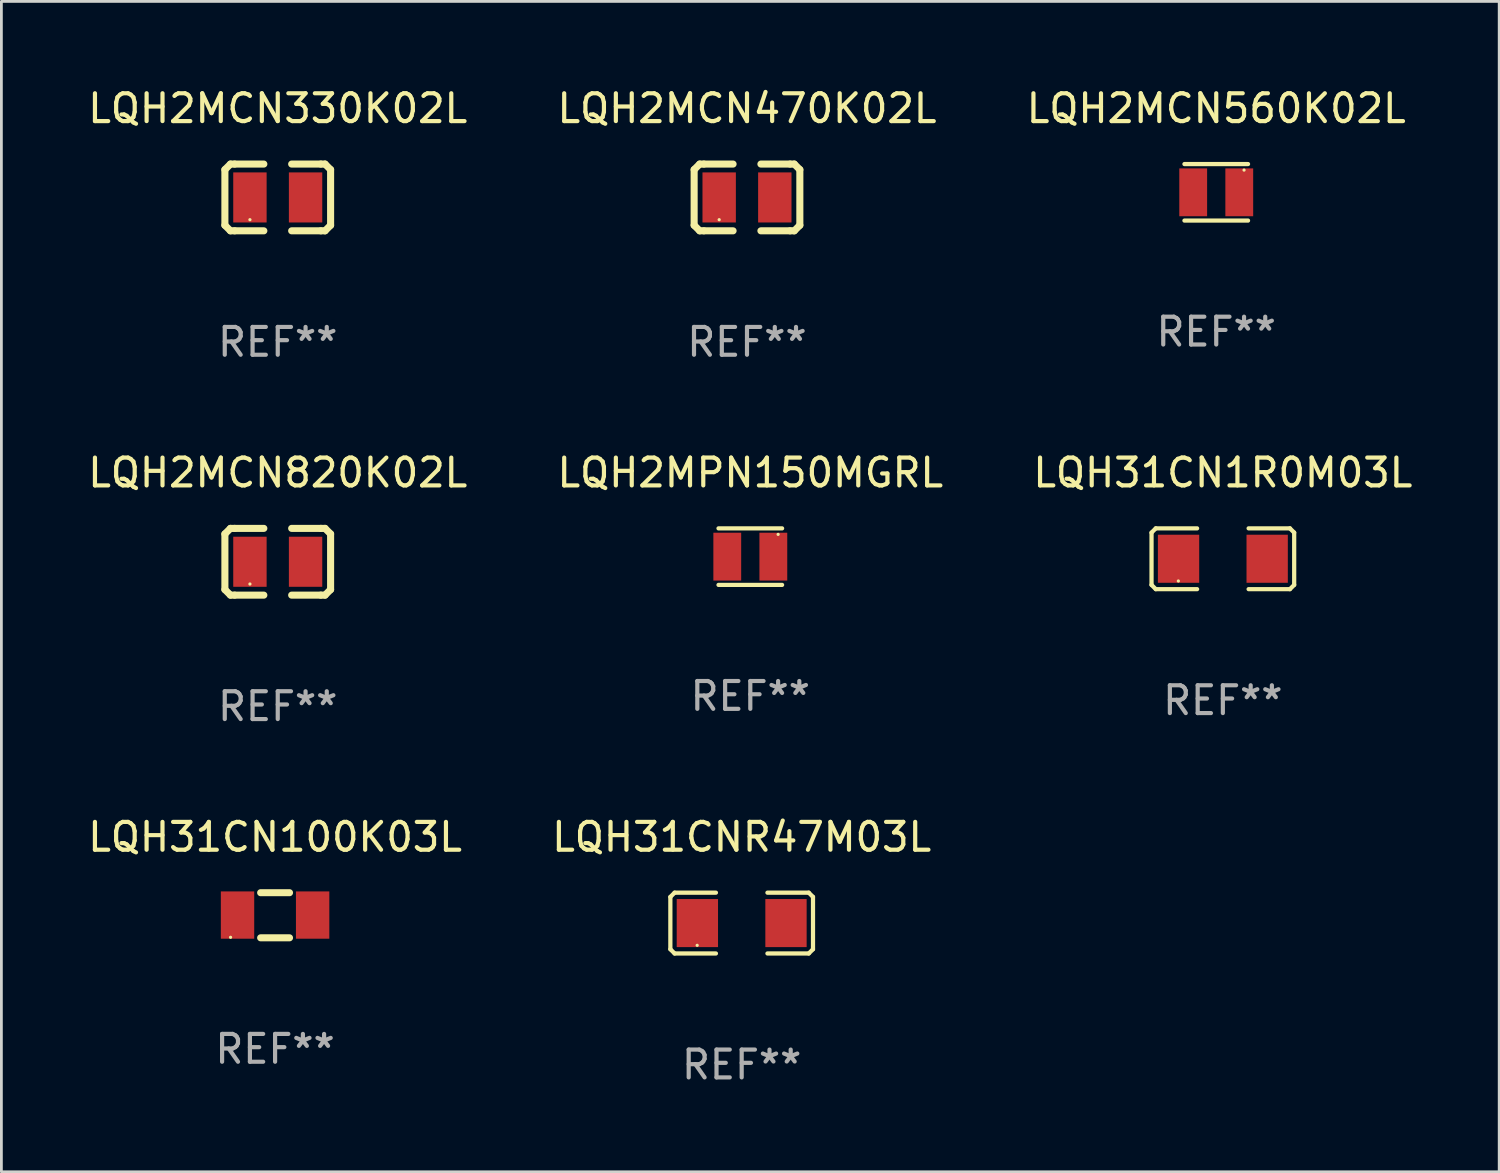
<source format=kicad_pcb>
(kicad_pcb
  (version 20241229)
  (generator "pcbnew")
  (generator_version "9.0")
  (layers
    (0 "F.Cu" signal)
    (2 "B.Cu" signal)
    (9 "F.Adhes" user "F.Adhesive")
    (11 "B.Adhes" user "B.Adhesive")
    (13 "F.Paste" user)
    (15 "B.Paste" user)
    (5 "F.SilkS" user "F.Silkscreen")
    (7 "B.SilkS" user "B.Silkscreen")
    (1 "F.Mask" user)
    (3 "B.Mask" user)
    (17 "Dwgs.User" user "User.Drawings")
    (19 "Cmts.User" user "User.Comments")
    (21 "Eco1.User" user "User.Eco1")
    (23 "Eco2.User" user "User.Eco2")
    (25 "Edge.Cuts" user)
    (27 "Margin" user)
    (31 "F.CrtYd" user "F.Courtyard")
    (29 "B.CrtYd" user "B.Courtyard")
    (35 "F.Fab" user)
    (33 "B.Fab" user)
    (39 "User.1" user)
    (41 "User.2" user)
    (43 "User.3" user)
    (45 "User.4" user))
  (footprint "LQH31CN100K03L"
    (layer "F.Cu")
    (at 6.839 29.853)
    (property "Reference" "LQH31CN100K03L" (at 0 -2.811 0) (layer "F.SilkS") (effects (font (size 1 1) (thickness 0.15))))
    (attr through_hole)
    (fp_line (start -0.519 -0.811) (end 0.519 -0.811) (stroke (width 0.254) (type solid)) (layer "F.SilkS"))
    (fp_line (start -0.519 0.811) (end 0.519 0.811) (stroke (width 0.254) (type solid)) (layer "F.SilkS"))
    (fp_circle (center -1.6 0.793) (end -1.57 0.793) (stroke (width 0.06) (type solid)) (fill no) (layer "F.SilkS"))
    (fp_text user "REF**" (at 0 4.811 0) (layer "F.Fab") (effects (font (size 1 1) (thickness 0.15))))
    (pad "1" smd rect (at -1.35 -0.007) (size 1.2 1.7) (layers "F.Cu" "F.Mask" "F.Paste"))
    (pad "2" smd rect (at 1.35 -0.007) (size 1.2 1.7) (layers "F.Cu" "F.Mask" "F.Paste")))
  (footprint "LQH31CNR47M03L"
    (layer "F.Cu")
    (at 23.613 30.134)
    (property "Reference" "LQH31CNR47M03L" (at 0 -3.093 0) (layer "F.SilkS") (effects (font (size 1 1) (thickness 0.15))))
    (attr through_hole)
    (fp_line (start -2.564 -0.94) (end -2.411 -1.093) (stroke (width 0.152) (type solid)) (layer "F.SilkS"))
    (fp_line (start -2.564 0.94) (end -2.564 -0.94) (stroke (width 0.152) (type solid)) (layer "F.SilkS"))
    (fp_line (start -2.411 -1.093) (end -0.926 -1.093) (stroke (width 0.152) (type solid)) (layer "F.SilkS"))
    (fp_line (start -2.411 1.093) (end -2.564 0.94) (stroke (width 0.152) (type solid)) (layer "F.SilkS"))
    (fp_line (start -0.926 1.093) (end -2.411 1.093) (stroke (width 0.152) (type solid)) (layer "F.SilkS"))
    (fp_line (start 0.926 1.093) (end 2.411 1.093) (stroke (width 0.152) (type solid)) (layer "F.SilkS"))
    (fp_line (start 2.411 -1.093) (end 0.926 -1.093) (stroke (width 0.152) (type solid)) (layer "F.SilkS"))
    (fp_line (start 2.411 1.093) (end 2.564 0.94) (stroke (width 0.152) (type solid)) (layer "F.SilkS"))
    (fp_line (start 2.564 -0.94) (end 2.411 -1.093) (stroke (width 0.152) (type solid)) (layer "F.SilkS"))
    (fp_line (start 2.564 0.94) (end 2.564 -0.94) (stroke (width 0.152) (type solid)) (layer "F.SilkS"))
    (fp_circle (center -1.6 0.8) (end -1.57 0.8) (stroke (width 0.06) (type solid)) (fill no) (layer "F.SilkS"))
    (fp_text user "REF**" (at 0 5.093 0) (layer "F.Fab") (effects (font (size 1 1) (thickness 0.15))))
    (pad "1" smd rect (at -1.593 0) (size 1.485 1.728) (layers "F.Cu" "F.Mask" "F.Paste"))
    (pad "2" smd rect (at 1.593 0) (size 1.485 1.728) (layers "F.Cu" "F.Mask" "F.Paste")))
  (footprint "LQH2MCN820K02L"
    (layer "F.Cu")
    (at 6.935 17.145)
    (property "Reference" "LQH2MCN820K02L" (at 0 -3.2 0) (layer "F.SilkS") (effects (font (size 1 1) (thickness 0.15))))
    (attr through_hole)
    (fp_line (start -1.9 -1) (end -1.9 1) (stroke (width 0.254) (type solid)) (layer "F.SilkS"))
    (fp_line (start -1.7 -1.2) (end -1.9 -1) (stroke (width 0.254) (type solid)) (layer "F.SilkS"))
    (fp_line (start -1.7 1.2) (end -1.9 1) (stroke (width 0.254) (type solid)) (layer "F.SilkS"))
    (fp_line (start -1.55 -1.2) (end -1.7 -1.2) (stroke (width 0.254) (type solid)) (layer "F.SilkS"))
    (fp_line (start -1.55 1.2) (end -1.7 1.2) (stroke (width 0.254) (type solid)) (layer "F.SilkS"))
    (fp_line (start -0.5 -1.2) (end -1.55 -1.2) (stroke (width 0.254) (type solid)) (layer "F.SilkS"))
    (fp_line (start -0.5 1.2) (end -1.55 1.2) (stroke (width 0.254) (type solid)) (layer "F.SilkS"))
    (fp_line (start 0.5 -1.2) (end 1.55 -1.2) (stroke (width 0.254) (type solid)) (layer "F.SilkS"))
    (fp_line (start 0.5 1.2) (end 1.55 1.2) (stroke (width 0.254) (type solid)) (layer "F.SilkS"))
    (fp_line (start 1.55 -1.2) (end 1.7 -1.2) (stroke (width 0.254) (type solid)) (layer "F.SilkS"))
    (fp_line (start 1.55 1.2) (end 1.7 1.2) (stroke (width 0.254) (type solid)) (layer "F.SilkS"))
    (fp_line (start 1.7 -1.2) (end 1.9 -1) (stroke (width 0.254) (type solid)) (layer "F.SilkS"))
    (fp_line (start 1.7 1.2) (end 1.9 1) (stroke (width 0.254) (type solid)) (layer "F.SilkS"))
    (fp_line (start 1.9 -1) (end 1.9 1) (stroke (width 0.254) (type solid)) (layer "F.SilkS"))
    (fp_circle (center -1 0.8) (end -0.97 0.8) (stroke (width 0.06) (type solid)) (fill no) (layer "F.SilkS"))
    (fp_text user "REF**" (at 0 5.2 0) (layer "F.Fab") (effects (font (size 1 1) (thickness 0.15))))
    (pad "1" smd rect (at -1 0) (size 1.2 1.8) (layers "F.Cu" "F.Mask" "F.Paste"))
    (pad "2" smd rect (at 1 0) (size 1.2 1.8) (layers "F.Cu" "F.Mask" "F.Paste")))
  (footprint "LQH2MCN470K02L"
    (layer "F.Cu")
    (at 23.804 4.048)
    (property "Reference" "LQH2MCN470K02L" (at 0 -3.2 0) (layer "F.SilkS") (effects (font (size 1 1) (thickness 0.15))))
    (attr through_hole)
    (fp_line (start -1.9 -1) (end -1.9 1) (stroke (width 0.254) (type solid)) (layer "F.SilkS"))
    (fp_line (start -1.7 -1.2) (end -1.9 -1) (stroke (width 0.254) (type solid)) (layer "F.SilkS"))
    (fp_line (start -1.7 1.2) (end -1.9 1) (stroke (width 0.254) (type solid)) (layer "F.SilkS"))
    (fp_line (start -1.55 -1.2) (end -1.7 -1.2) (stroke (width 0.254) (type solid)) (layer "F.SilkS"))
    (fp_line (start -1.55 1.2) (end -1.7 1.2) (stroke (width 0.254) (type solid)) (layer "F.SilkS"))
    (fp_line (start -0.5 -1.2) (end -1.55 -1.2) (stroke (width 0.254) (type solid)) (layer "F.SilkS"))
    (fp_line (start -0.5 1.2) (end -1.55 1.2) (stroke (width 0.254) (type solid)) (layer "F.SilkS"))
    (fp_line (start 0.5 -1.2) (end 1.55 -1.2) (stroke (width 0.254) (type solid)) (layer "F.SilkS"))
    (fp_line (start 0.5 1.2) (end 1.55 1.2) (stroke (width 0.254) (type solid)) (layer "F.SilkS"))
    (fp_line (start 1.55 -1.2) (end 1.7 -1.2) (stroke (width 0.254) (type solid)) (layer "F.SilkS"))
    (fp_line (start 1.55 1.2) (end 1.7 1.2) (stroke (width 0.254) (type solid)) (layer "F.SilkS"))
    (fp_line (start 1.7 -1.2) (end 1.9 -1) (stroke (width 0.254) (type solid)) (layer "F.SilkS"))
    (fp_line (start 1.7 1.2) (end 1.9 1) (stroke (width 0.254) (type solid)) (layer "F.SilkS"))
    (fp_line (start 1.9 -1) (end 1.9 1) (stroke (width 0.254) (type solid)) (layer "F.SilkS"))
    (fp_circle (center -1 0.8) (end -0.97 0.8) (stroke (width 0.06) (type solid)) (fill no) (layer "F.SilkS"))
    (fp_text user "REF**" (at 0 5.2 0) (layer "F.Fab") (effects (font (size 1 1) (thickness 0.15))))
    (pad "1" smd rect (at -1 0) (size 1.2 1.8) (layers "F.Cu" "F.Mask" "F.Paste"))
    (pad "2" smd rect (at 1 0) (size 1.2 1.8) (layers "F.Cu" "F.Mask" "F.Paste")))
  (footprint "LQH2MCN560K02L"
    (layer "F.Cu")
    (at 40.673 3.864)
    (property "Reference" "LQH2MCN560K02L" (at 0 -3.016 0) (layer "F.SilkS") (effects (font (size 1 1) (thickness 0.15))))
    (attr through_hole)
    (fp_line (start -1.143 -1.016) (end 1.143 -1.016) (stroke (width 0.152) (type solid)) (layer "F.SilkS"))
    (fp_line (start 1.143 1.016) (end -1.143 1.016) (stroke (width 0.152) (type solid)) (layer "F.SilkS"))
    (fp_circle (center 1 -0.8) (end 1.03 -0.8) (stroke (width 0.06) (type solid)) (fill no) (layer "F.SilkS"))
    (fp_text user "REF**" (at 0 5.016 0) (layer "F.Fab") (effects (font (size 1 1) (thickness 0.15))))
    (pad "1" smd rect (at 0.828 0) (size 1 1.72) (layers "F.Cu" "F.Mask" "F.Paste"))
    (pad "2" smd rect (at -0.828 0) (size 1 1.72) (layers "F.Cu" "F.Mask" "F.Paste")))
  (footprint "LQH2MCN330K02L"
    (layer "F.Cu")
    (at 6.935 4.048)
    (property "Reference" "LQH2MCN330K02L" (at 0 -3.2 0) (layer "F.SilkS") (effects (font (size 1 1) (thickness 0.15))))
    (attr through_hole)
    (fp_line (start -1.9 -1) (end -1.9 1) (stroke (width 0.254) (type solid)) (layer "F.SilkS"))
    (fp_line (start -1.7 -1.2) (end -1.9 -1) (stroke (width 0.254) (type solid)) (layer "F.SilkS"))
    (fp_line (start -1.7 1.2) (end -1.9 1) (stroke (width 0.254) (type solid)) (layer "F.SilkS"))
    (fp_line (start -1.55 -1.2) (end -1.7 -1.2) (stroke (width 0.254) (type solid)) (layer "F.SilkS"))
    (fp_line (start -1.55 1.2) (end -1.7 1.2) (stroke (width 0.254) (type solid)) (layer "F.SilkS"))
    (fp_line (start -0.5 -1.2) (end -1.55 -1.2) (stroke (width 0.254) (type solid)) (layer "F.SilkS"))
    (fp_line (start -0.5 1.2) (end -1.55 1.2) (stroke (width 0.254) (type solid)) (layer "F.SilkS"))
    (fp_line (start 0.5 -1.2) (end 1.55 -1.2) (stroke (width 0.254) (type solid)) (layer "F.SilkS"))
    (fp_line (start 0.5 1.2) (end 1.55 1.2) (stroke (width 0.254) (type solid)) (layer "F.SilkS"))
    (fp_line (start 1.55 -1.2) (end 1.7 -1.2) (stroke (width 0.254) (type solid)) (layer "F.SilkS"))
    (fp_line (start 1.55 1.2) (end 1.7 1.2) (stroke (width 0.254) (type solid)) (layer "F.SilkS"))
    (fp_line (start 1.7 -1.2) (end 1.9 -1) (stroke (width 0.254) (type solid)) (layer "F.SilkS"))
    (fp_line (start 1.7 1.2) (end 1.9 1) (stroke (width 0.254) (type solid)) (layer "F.SilkS"))
    (fp_line (start 1.9 -1) (end 1.9 1) (stroke (width 0.254) (type solid)) (layer "F.SilkS"))
    (fp_circle (center -1 0.8) (end -0.97 0.8) (stroke (width 0.06) (type solid)) (fill no) (layer "F.SilkS"))
    (fp_text user "REF**" (at 0 5.2 0) (layer "F.Fab") (effects (font (size 1 1) (thickness 0.15))))
    (pad "1" smd rect (at -1 0) (size 1.2 1.8) (layers "F.Cu" "F.Mask" "F.Paste"))
    (pad "2" smd rect (at 1 0) (size 1.2 1.8) (layers "F.Cu" "F.Mask" "F.Paste")))
  (footprint "LQH31CN1R0M03L"
    (layer "F.Cu")
    (at 40.911 17.037)
    (property "Reference" "LQH31CN1R0M03L" (at 0 -3.093 0) (layer "F.SilkS") (effects (font (size 1 1) (thickness 0.15))))
    (attr through_hole)
    (fp_line (start -2.564 -0.94) (end -2.411 -1.093) (stroke (width 0.152) (type solid)) (layer "F.SilkS"))
    (fp_line (start -2.564 0.94) (end -2.564 -0.94) (stroke (width 0.152) (type solid)) (layer "F.SilkS"))
    (fp_line (start -2.411 -1.093) (end -0.926 -1.093) (stroke (width 0.152) (type solid)) (layer "F.SilkS"))
    (fp_line (start -2.411 1.093) (end -2.564 0.94) (stroke (width 0.152) (type solid)) (layer "F.SilkS"))
    (fp_line (start -0.926 1.093) (end -2.411 1.093) (stroke (width 0.152) (type solid)) (layer "F.SilkS"))
    (fp_line (start 0.926 1.093) (end 2.411 1.093) (stroke (width 0.152) (type solid)) (layer "F.SilkS"))
    (fp_line (start 2.411 -1.093) (end 0.926 -1.093) (stroke (width 0.152) (type solid)) (layer "F.SilkS"))
    (fp_line (start 2.411 1.093) (end 2.564 0.94) (stroke (width 0.152) (type solid)) (layer "F.SilkS"))
    (fp_line (start 2.564 -0.94) (end 2.411 -1.093) (stroke (width 0.152) (type solid)) (layer "F.SilkS"))
    (fp_line (start 2.564 0.94) (end 2.564 -0.94) (stroke (width 0.152) (type solid)) (layer "F.SilkS"))
    (fp_circle (center -1.6 0.8) (end -1.57 0.8) (stroke (width 0.06) (type solid)) (fill no) (layer "F.SilkS"))
    (fp_text user "REF**" (at 0 5.093 0) (layer "F.Fab") (effects (font (size 1 1) (thickness 0.15))))
    (pad "1" smd rect (at -1.593 0) (size 1.485 1.728) (layers "F.Cu" "F.Mask" "F.Paste"))
    (pad "2" smd rect (at 1.593 0) (size 1.485 1.728) (layers "F.Cu" "F.Mask" "F.Paste")))
  (footprint "LQH2MPN150MGRL"
    (layer "F.Cu")
    (at 23.923 16.961)
    (property "Reference" "LQH2MPN150MGRL" (at 0 -3.016 0) (layer "F.SilkS") (effects (font (size 1 1) (thickness 0.15))))
    (attr through_hole)
    (fp_line (start -1.143 -1.016) (end 1.143 -1.016) (stroke (width 0.152) (type solid)) (layer "F.SilkS"))
    (fp_line (start 1.143 1.016) (end -1.143 1.016) (stroke (width 0.152) (type solid)) (layer "F.SilkS"))
    (fp_circle (center 1 -0.8) (end 1.03 -0.8) (stroke (width 0.06) (type solid)) (fill no) (layer "F.SilkS"))
    (fp_text user "REF**" (at 0 5.016 0) (layer "F.Fab") (effects (font (size 1 1) (thickness 0.15))))
    (pad "1" smd rect (at 0.828 0) (size 1 1.72) (layers "F.Cu" "F.Mask" "F.Paste"))
    (pad "2" smd rect (at -0.828 0) (size 1 1.72) (layers "F.Cu" "F.Mask" "F.Paste")))
  (gr_rect
    (start -3 -3)
    (end 50.845 39.075)
    (stroke (width 0.1) (type default))
    (fill no)
    (layer "Edge.Cuts")))
</source>
